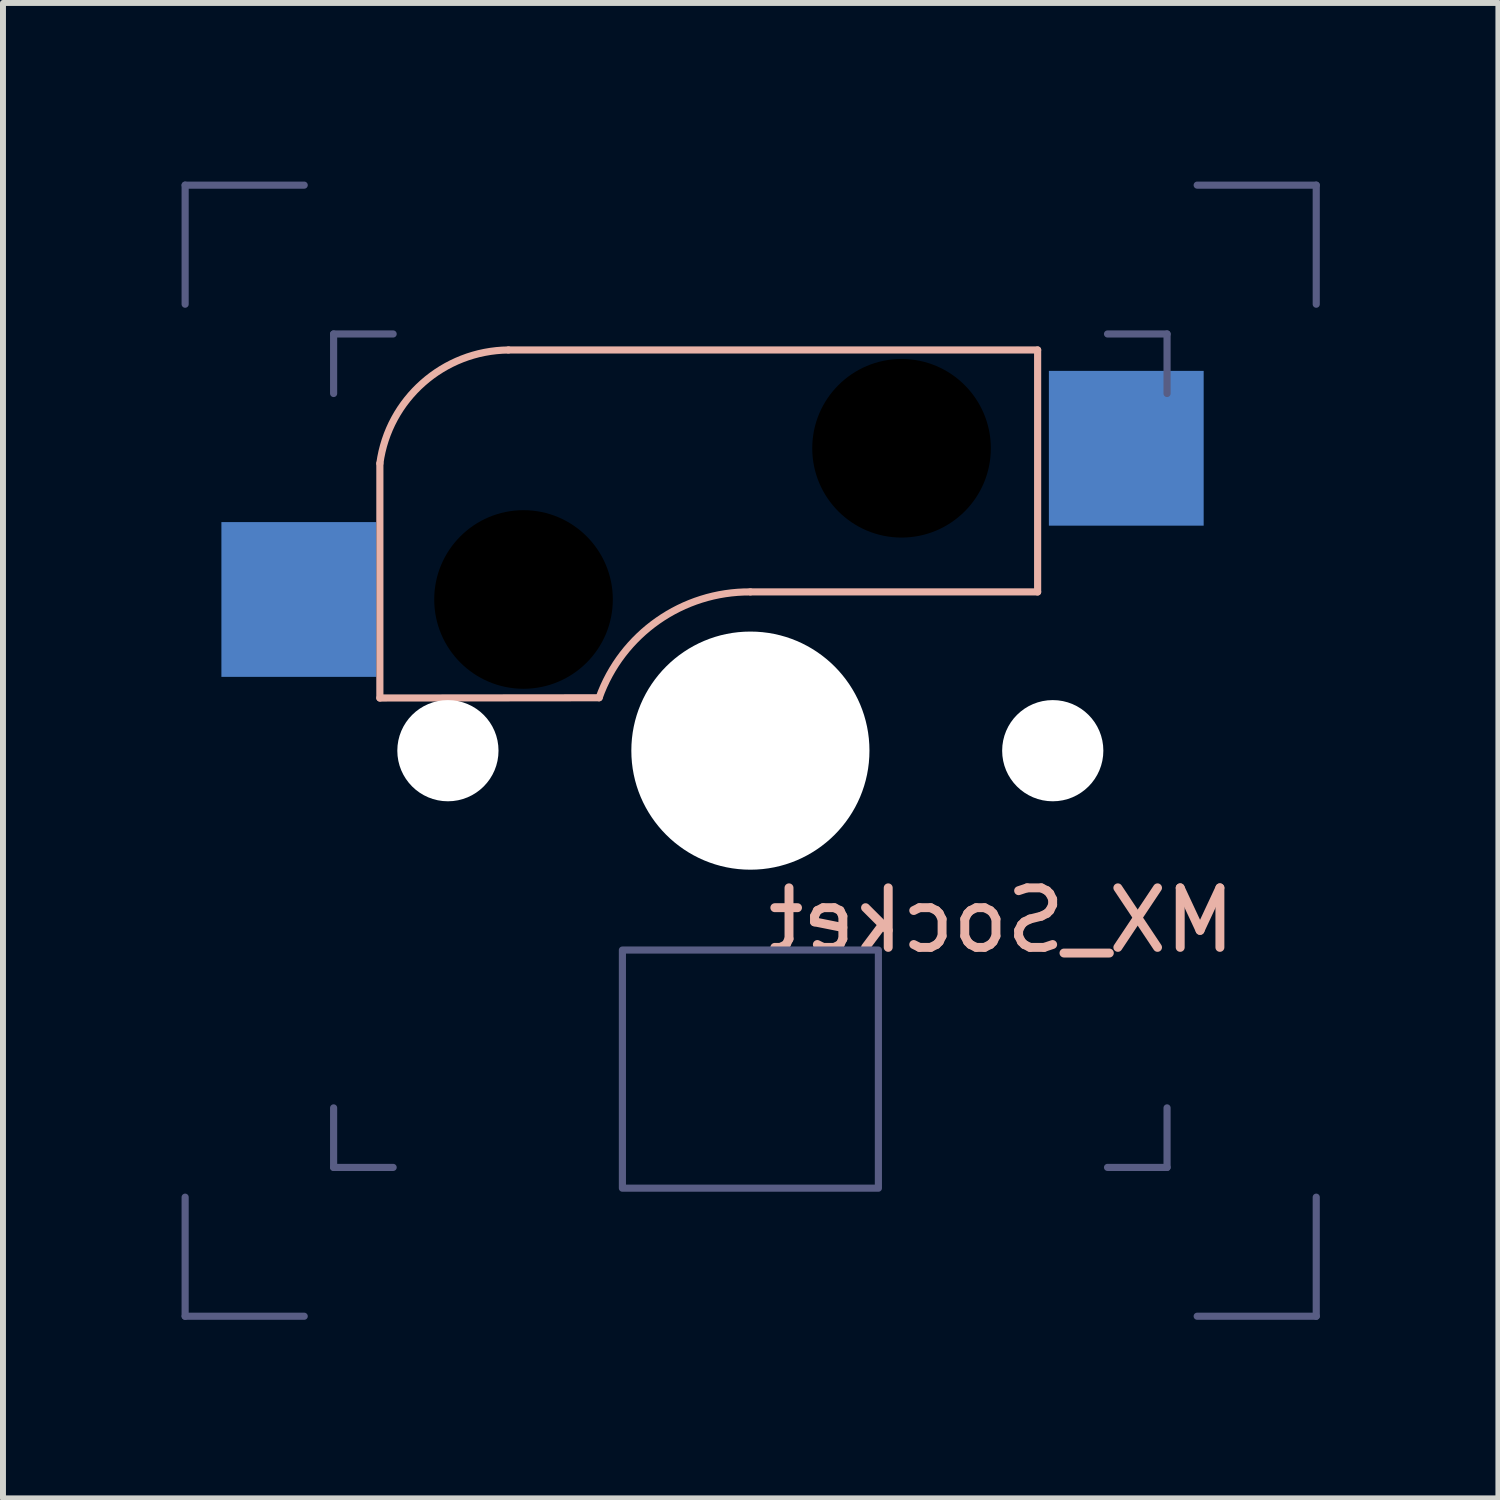
<source format=kicad_pcb>
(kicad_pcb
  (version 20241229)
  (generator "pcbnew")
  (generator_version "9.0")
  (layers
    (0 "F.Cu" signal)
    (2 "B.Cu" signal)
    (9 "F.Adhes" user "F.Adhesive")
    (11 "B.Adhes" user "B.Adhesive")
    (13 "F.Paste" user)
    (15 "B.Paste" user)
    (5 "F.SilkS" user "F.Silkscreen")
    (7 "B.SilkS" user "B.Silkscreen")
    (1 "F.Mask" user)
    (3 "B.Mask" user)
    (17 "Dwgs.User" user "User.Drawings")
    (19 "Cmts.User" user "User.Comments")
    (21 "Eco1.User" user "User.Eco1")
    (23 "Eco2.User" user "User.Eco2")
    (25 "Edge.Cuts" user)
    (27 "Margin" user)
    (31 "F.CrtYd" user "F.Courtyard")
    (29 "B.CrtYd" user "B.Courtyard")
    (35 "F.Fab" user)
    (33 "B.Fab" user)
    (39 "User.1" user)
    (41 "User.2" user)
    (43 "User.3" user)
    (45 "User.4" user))
  (footprint "MX_Socket"
    (layer "F.Cu")
    (at 9.555 9.559)
    (property "Reference" "MX_Socket" (at 4.22 2.85 0) (unlocked yes) (layer "B.SilkS") (effects (font (size 1 1) (thickness 0.15)) (justify mirror)))
    (attr through_hole)
    (fp_line (start -6.224 -0.884) (end -6.224 -4.825) (stroke (width 0.12) (type solid)) (layer "B.SilkS"))
    (fp_line (start -6.224 -0.884) (end -2.541 -0.888) (stroke (width 0.12) (type solid)) (layer "B.SilkS"))
    (fp_line (start -0.001 -2.666) (end 4.825 -2.666) (stroke (width 0.12) (type solid)) (layer "B.SilkS"))
    (fp_line (start 4.825 -6.73) (end -4.065 -6.73) (stroke (width 0.12) (type solid)) (layer "B.SilkS"))
    (fp_line (start 4.825 -2.666) (end 4.825 -6.73) (stroke (width 0.12) (type solid)) (layer "B.SilkS"))
    (fp_arc (start -6.224082 -4.825261) (mid -5.498787 -6.179195) (end -4.065082 -6.730261) (stroke (width 0.12) (type solid)) (layer "B.SilkS"))
    (fp_arc (start -2.541082 -0.888261) (mid -1.554773 -2.182533) (end -0.001082 -2.666261) (stroke (width 0.12) (type solid)) (layer "B.SilkS"))
    (fp_line (start -9.495 -9.499) (end -9.495 -7.499) (stroke (width 0.12) (type solid)) (layer "B.Fab"))
    (fp_line (start -9.495 9.501) (end -9.495 7.501) (stroke (width 0.12) (type solid)) (layer "B.Fab"))
    (fp_line (start -9.495 9.501) (end -7.495 9.501) (stroke (width 0.12) (type solid)) (layer "B.Fab"))
    (fp_line (start -7.495 -9.499) (end -9.495 -9.499) (stroke (width 0.12) (type solid)) (layer "B.Fab"))
    (fp_line (start -7.001 -6.999) (end -6.001 -6.999) (stroke (width 0.12) (type solid)) (layer "B.Fab"))
    (fp_line (start -7.001 -5.999) (end -7.001 -6.999) (stroke (width 0.12) (type solid)) (layer "B.Fab"))
    (fp_line (start -7.001 6.001) (end -7.001 7.001) (stroke (width 0.12) (type solid)) (layer "B.Fab"))
    (fp_line (start -7.001 7.001) (end -6.001 7.001) (stroke (width 0.12) (type solid)) (layer "B.Fab"))
    (fp_line (start 5.999 7.001) (end 6.999 7.001) (stroke (width 0.12) (type solid)) (layer "B.Fab"))
    (fp_line (start 6.999 -6.999) (end 5.999 -6.999) (stroke (width 0.12) (type solid)) (layer "B.Fab"))
    (fp_line (start 6.999 -6.999) (end 6.999 -5.999) (stroke (width 0.12) (type solid)) (layer "B.Fab"))
    (fp_line (start 6.999 7.001) (end 6.999 6.001) (stroke (width 0.12) (type solid)) (layer "B.Fab"))
    (fp_line (start 7.505 9.501) (end 9.505 9.501) (stroke (width 0.12) (type solid)) (layer "B.Fab"))
    (fp_line (start 9.505 -9.499) (end 7.505 -9.499) (stroke (width 0.12) (type solid)) (layer "B.Fab"))
    (fp_line (start 9.505 -7.499) (end 9.505 -9.499) (stroke (width 0.12) (type solid)) (layer "B.Fab"))
    (fp_line (start 9.505 9.501) (end 9.505 7.501) (stroke (width 0.12) (type solid)) (layer "B.Fab"))
    (fp_rect (start -2.15 3.35) (end 2.15 7.35) (stroke (width 0.12) (type default)) (fill no) (layer "B.Fab"))
    (pad "" np_thru_hole circle (at -5.081 0.001 90) (size 1.7 1.7) (drill 1.7) (layers "*.Cu" "*.Mask"))
    (pad "" np_thru_hole circle (at -3.811 -2.539 180) (size 3 3) (drill 3) (layers "*.Mask"))
    (pad "" np_thru_hole circle (at 0 0 270) (size 4 4) (drill 4) (layers "*.Cu" "*.Mask"))
    (pad "" np_thru_hole circle (at 2.539 -5.079 180) (size 3 3) (drill 3) (layers "*.Mask"))
    (pad "" np_thru_hole circle (at 5.079 0.001 90) (size 1.7 1.7) (drill 1.7) (layers "*.Cu" "*.Mask"))
    (pad "1" smd rect (at 6.314 -5.079 180) (size 2.6 2.6) (layers "B.Cu" "B.Mask" "B.Paste"))
    (pad "2" smd rect (at -7.586 -2.539 180) (size 2.6 2.6) (layers "B.Cu" "B.Mask" "B.Paste")))
  (gr_rect
    (start -3 -3)
    (end 22.12 22.12)
    (stroke (width 0.1) (type default))
    (fill no)
    (layer "Edge.Cuts")))
</source>
